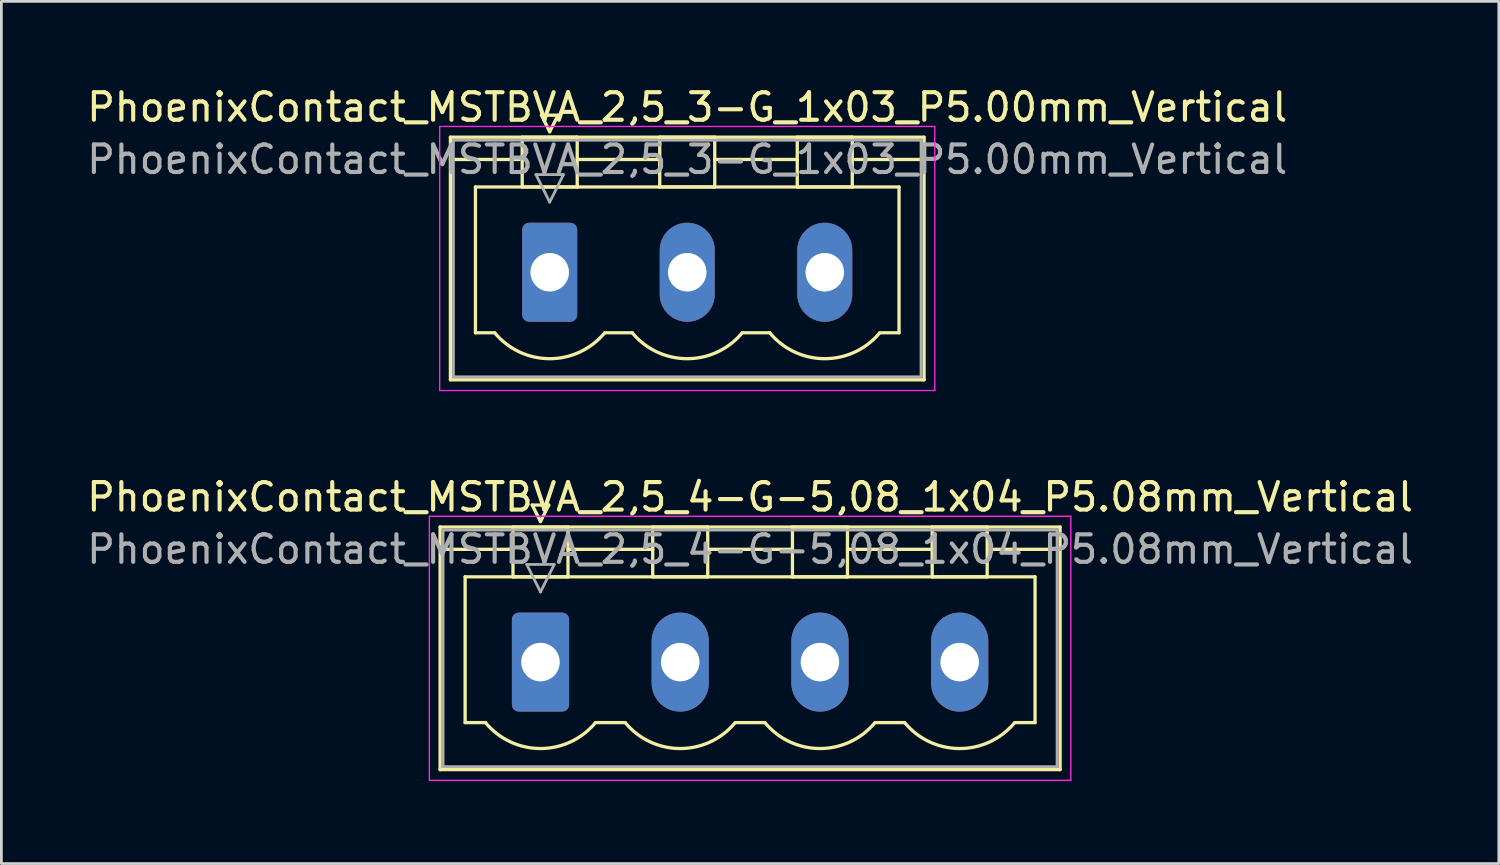
<source format=kicad_pcb>
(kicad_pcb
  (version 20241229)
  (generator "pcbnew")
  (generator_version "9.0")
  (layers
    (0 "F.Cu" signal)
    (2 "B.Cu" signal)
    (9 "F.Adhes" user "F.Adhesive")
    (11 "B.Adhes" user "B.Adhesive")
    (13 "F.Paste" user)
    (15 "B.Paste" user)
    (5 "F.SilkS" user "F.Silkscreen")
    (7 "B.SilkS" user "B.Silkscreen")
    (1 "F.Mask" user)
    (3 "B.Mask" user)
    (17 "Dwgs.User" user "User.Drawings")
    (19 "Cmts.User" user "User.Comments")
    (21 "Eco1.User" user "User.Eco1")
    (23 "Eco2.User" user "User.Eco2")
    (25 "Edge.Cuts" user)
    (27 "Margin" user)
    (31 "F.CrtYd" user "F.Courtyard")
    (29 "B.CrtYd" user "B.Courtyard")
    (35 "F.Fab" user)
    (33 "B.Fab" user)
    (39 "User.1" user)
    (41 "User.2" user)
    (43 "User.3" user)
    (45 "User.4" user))
  (footprint "PhoenixContact_MSTBVA_2,5_3-G_1x03_P5.00mm_Vertical"
    (layer "F.Cu")
    (at 16.935 6.848)
    (property "Reference" "PhoenixContact_MSTBVA_2,5_3-G_1x03_P5.00mm_Vertical" (at 5 -6 0) (layer "F.SilkS") (effects (font (size 1 1) (thickness 0.15))))
    (attr through_hole)
    (fp_line (start -3.61 -4.91) (end -3.61 3.91) (stroke (width 0.12) (type solid)) (layer "F.SilkS"))
    (fp_line (start -3.61 -4.1) (end -1.11 -4.1) (stroke (width 0.12) (type solid)) (layer "F.SilkS"))
    (fp_line (start -3.61 3.91) (end 13.61 3.91) (stroke (width 0.12) (type solid)) (layer "F.SilkS"))
    (fp_line (start -2.7 -3.1) (end 12.7 -3.1) (stroke (width 0.12) (type solid)) (layer "F.SilkS"))
    (fp_line (start -2.7 2.2) (end -2.7 -3.1) (stroke (width 0.12) (type solid)) (layer "F.SilkS"))
    (fp_line (start -2 2.2) (end -2.7 2.2) (stroke (width 0.12) (type solid)) (layer "F.SilkS"))
    (fp_line (start -1 -4.91) (end 1 -4.91) (stroke (width 0.12) (type solid)) (layer "F.SilkS"))
    (fp_line (start -1 -3.1) (end -1 -4.91) (stroke (width 0.12) (type solid)) (layer "F.SilkS"))
    (fp_line (start -0.3 -5.71) (end 0.3 -5.71) (stroke (width 0.12) (type solid)) (layer "F.SilkS"))
    (fp_line (start 0 -5.11) (end -0.3 -5.71) (stroke (width 0.12) (type solid)) (layer "F.SilkS"))
    (fp_line (start 0.3 -5.71) (end 0 -5.11) (stroke (width 0.12) (type solid)) (layer "F.SilkS"))
    (fp_line (start 1 -4.91) (end 1 -3.1) (stroke (width 0.12) (type solid)) (layer "F.SilkS"))
    (fp_line (start 1 -4.1) (end 4 -4.1) (stroke (width 0.12) (type solid)) (layer "F.SilkS"))
    (fp_line (start 1 -3.1) (end -1 -3.1) (stroke (width 0.12) (type solid)) (layer "F.SilkS"))
    (fp_line (start 2 2.2) (end 3 2.2) (stroke (width 0.12) (type solid)) (layer "F.SilkS"))
    (fp_line (start 4 -4.91) (end 6 -4.91) (stroke (width 0.12) (type solid)) (layer "F.SilkS"))
    (fp_line (start 4 -3.1) (end 4 -4.91) (stroke (width 0.12) (type solid)) (layer "F.SilkS"))
    (fp_line (start 6 -4.91) (end 6 -3.1) (stroke (width 0.12) (type solid)) (layer "F.SilkS"))
    (fp_line (start 6 -4.1) (end 9 -4.1) (stroke (width 0.12) (type solid)) (layer "F.SilkS"))
    (fp_line (start 6 -3.1) (end 4 -3.1) (stroke (width 0.12) (type solid)) (layer "F.SilkS"))
    (fp_line (start 7 2.2) (end 8 2.2) (stroke (width 0.12) (type solid)) (layer "F.SilkS"))
    (fp_line (start 9 -4.91) (end 11 -4.91) (stroke (width 0.12) (type solid)) (layer "F.SilkS"))
    (fp_line (start 9 -3.1) (end 9 -4.91) (stroke (width 0.12) (type solid)) (layer "F.SilkS"))
    (fp_line (start 11 -4.91) (end 11 -3.1) (stroke (width 0.12) (type solid)) (layer "F.SilkS"))
    (fp_line (start 11 -3.1) (end 9 -3.1) (stroke (width 0.12) (type solid)) (layer "F.SilkS"))
    (fp_line (start 12.7 -3.1) (end 12.7 2.2) (stroke (width 0.12) (type solid)) (layer "F.SilkS"))
    (fp_line (start 12.7 2.2) (end 12 2.2) (stroke (width 0.12) (type solid)) (layer "F.SilkS"))
    (fp_line (start 13.61 -4.91) (end -3.61 -4.91) (stroke (width 0.12) (type solid)) (layer "F.SilkS"))
    (fp_line (start 13.61 -4.1) (end 11.11 -4.1) (stroke (width 0.12) (type solid)) (layer "F.SilkS"))
    (fp_line (start 13.61 3.91) (end 13.61 -4.91) (stroke (width 0.12) (type solid)) (layer "F.SilkS"))
    (fp_arc (start 1.986842 2.215821) (mid -0.010289 3.142758) (end -2 2.2) (stroke (width 0.12) (type solid)) (layer "F.SilkS"))
    (fp_arc (start 6.986842 2.215821) (mid 4.989711 3.142758) (end 3 2.2) (stroke (width 0.12) (type solid)) (layer "F.SilkS"))
    (fp_arc (start 11.986842 2.215821) (mid 9.989711 3.142758) (end 8 2.2) (stroke (width 0.12) (type solid)) (layer "F.SilkS"))
    (fp_line (start -4 -5.3) (end -4 4.3) (stroke (width 0.05) (type solid)) (layer "F.CrtYd"))
    (fp_line (start -4 4.3) (end 14 4.3) (stroke (width 0.05) (type solid)) (layer "F.CrtYd"))
    (fp_line (start 14 -5.3) (end -4 -5.3) (stroke (width 0.05) (type solid)) (layer "F.CrtYd"))
    (fp_line (start 14 4.3) (end 14 -5.3) (stroke (width 0.05) (type solid)) (layer "F.CrtYd"))
    (fp_line (start -3.5 -4.8) (end -3.5 3.8) (stroke (width 0.1) (type solid)) (layer "F.Fab"))
    (fp_line (start -3.5 3.8) (end 13.5 3.8) (stroke (width 0.1) (type solid)) (layer "F.Fab"))
    (fp_line (start -0.5 -3.55) (end 0.5 -3.55) (stroke (width 0.1) (type solid)) (layer "F.Fab"))
    (fp_line (start 0 -2.55) (end -0.5 -3.55) (stroke (width 0.1) (type solid)) (layer "F.Fab"))
    (fp_line (start 0.5 -3.55) (end 0 -2.55) (stroke (width 0.1) (type solid)) (layer "F.Fab"))
    (fp_line (start 13.5 -4.8) (end -3.5 -4.8) (stroke (width 0.1) (type solid)) (layer "F.Fab"))
    (fp_line (start 13.5 3.8) (end 13.5 -4.8) (stroke (width 0.1) (type solid)) (layer "F.Fab"))
    (fp_text user "${REFERENCE}" (at 5 -4.1 0) (layer "F.Fab") (effects (font (size 1 1) (thickness 0.15))))
    (pad "1" thru_hole roundrect (at 0 0) (size 2 3.6) (drill 1.4) (layers "*.Cu" "*.Mask") (roundrect_rratio 0.125))
    (pad "2" thru_hole oval (at 5 0) (size 2 3.6) (drill 1.4) (layers "*.Cu" "*.Mask"))
    (pad "3" thru_hole oval (at 10 0) (size 2 3.6) (drill 1.4) (layers "*.Cu" "*.Mask")))
  (footprint "PhoenixContact_MSTBVA_2,5_4-G-5,08_1x04_P5.08mm_Vertical"
    (layer "F.Cu")
    (at 16.6 21.021)
    (property "Reference" "PhoenixContact_MSTBVA_2,5_4-G-5,08_1x04_P5.08mm_Vertical" (at 7.62 -6 0) (layer "F.SilkS") (effects (font (size 1 1) (thickness 0.15))))
    (attr through_hole)
    (fp_line (start -3.65 -4.91) (end -3.65 3.91) (stroke (width 0.12) (type solid)) (layer "F.SilkS"))
    (fp_line (start -3.65 -4.1) (end -1.11 -4.1) (stroke (width 0.12) (type solid)) (layer "F.SilkS"))
    (fp_line (start -3.65 3.91) (end 18.89 3.91) (stroke (width 0.12) (type solid)) (layer "F.SilkS"))
    (fp_line (start -2.74 -3.1) (end 17.98 -3.1) (stroke (width 0.12) (type solid)) (layer "F.SilkS"))
    (fp_line (start -2.74 2.2) (end -2.74 -3.1) (stroke (width 0.12) (type solid)) (layer "F.SilkS"))
    (fp_line (start -2 2.2) (end -2.74 2.2) (stroke (width 0.12) (type solid)) (layer "F.SilkS"))
    (fp_line (start -1 -4.91) (end 1 -4.91) (stroke (width 0.12) (type solid)) (layer "F.SilkS"))
    (fp_line (start -1 -3.1) (end -1 -4.91) (stroke (width 0.12) (type solid)) (layer "F.SilkS"))
    (fp_line (start -0.3 -5.71) (end 0.3 -5.71) (stroke (width 0.12) (type solid)) (layer "F.SilkS"))
    (fp_line (start 0 -5.11) (end -0.3 -5.71) (stroke (width 0.12) (type solid)) (layer "F.SilkS"))
    (fp_line (start 0.3 -5.71) (end 0 -5.11) (stroke (width 0.12) (type solid)) (layer "F.SilkS"))
    (fp_line (start 1 -4.91) (end 1 -3.1) (stroke (width 0.12) (type solid)) (layer "F.SilkS"))
    (fp_line (start 1 -4.1) (end 4.08 -4.1) (stroke (width 0.12) (type solid)) (layer "F.SilkS"))
    (fp_line (start 1 -3.1) (end -1 -3.1) (stroke (width 0.12) (type solid)) (layer "F.SilkS"))
    (fp_line (start 2 2.2) (end 3.08 2.2) (stroke (width 0.12) (type solid)) (layer "F.SilkS"))
    (fp_line (start 4.08 -4.91) (end 6.08 -4.91) (stroke (width 0.12) (type solid)) (layer "F.SilkS"))
    (fp_line (start 4.08 -3.1) (end 4.08 -4.91) (stroke (width 0.12) (type solid)) (layer "F.SilkS"))
    (fp_line (start 6.08 -4.91) (end 6.08 -3.1) (stroke (width 0.12) (type solid)) (layer "F.SilkS"))
    (fp_line (start 6.08 -4.1) (end 9.16 -4.1) (stroke (width 0.12) (type solid)) (layer "F.SilkS"))
    (fp_line (start 6.08 -3.1) (end 4.08 -3.1) (stroke (width 0.12) (type solid)) (layer "F.SilkS"))
    (fp_line (start 7.08 2.2) (end 8.16 2.2) (stroke (width 0.12) (type solid)) (layer "F.SilkS"))
    (fp_line (start 9.16 -4.91) (end 11.16 -4.91) (stroke (width 0.12) (type solid)) (layer "F.SilkS"))
    (fp_line (start 9.16 -3.1) (end 9.16 -4.91) (stroke (width 0.12) (type solid)) (layer "F.SilkS"))
    (fp_line (start 11.16 -4.91) (end 11.16 -3.1) (stroke (width 0.12) (type solid)) (layer "F.SilkS"))
    (fp_line (start 11.16 -4.1) (end 14.24 -4.1) (stroke (width 0.12) (type solid)) (layer "F.SilkS"))
    (fp_line (start 11.16 -3.1) (end 9.16 -3.1) (stroke (width 0.12) (type solid)) (layer "F.SilkS"))
    (fp_line (start 12.16 2.2) (end 13.24 2.2) (stroke (width 0.12) (type solid)) (layer "F.SilkS"))
    (fp_line (start 14.24 -4.91) (end 16.24 -4.91) (stroke (width 0.12) (type solid)) (layer "F.SilkS"))
    (fp_line (start 14.24 -3.1) (end 14.24 -4.91) (stroke (width 0.12) (type solid)) (layer "F.SilkS"))
    (fp_line (start 16.24 -4.91) (end 16.24 -3.1) (stroke (width 0.12) (type solid)) (layer "F.SilkS"))
    (fp_line (start 16.24 -3.1) (end 14.24 -3.1) (stroke (width 0.12) (type solid)) (layer "F.SilkS"))
    (fp_line (start 17.98 -3.1) (end 17.98 2.2) (stroke (width 0.12) (type solid)) (layer "F.SilkS"))
    (fp_line (start 17.98 2.2) (end 17.24 2.2) (stroke (width 0.12) (type solid)) (layer "F.SilkS"))
    (fp_line (start 18.89 -4.91) (end -3.65 -4.91) (stroke (width 0.12) (type solid)) (layer "F.SilkS"))
    (fp_line (start 18.89 -4.1) (end 16.35 -4.1) (stroke (width 0.12) (type solid)) (layer "F.SilkS"))
    (fp_line (start 18.89 3.91) (end 18.89 -4.91) (stroke (width 0.12) (type solid)) (layer "F.SilkS"))
    (fp_arc (start 1.986842 2.215821) (mid -0.010289 3.142758) (end -2 2.2) (stroke (width 0.12) (type solid)) (layer "F.SilkS"))
    (fp_arc (start 7.066842 2.215821) (mid 5.069711 3.142758) (end 3.08 2.2) (stroke (width 0.12) (type solid)) (layer "F.SilkS"))
    (fp_arc (start 12.146842 2.215821) (mid 10.149711 3.142758) (end 8.16 2.2) (stroke (width 0.12) (type solid)) (layer "F.SilkS"))
    (fp_arc (start 17.226842 2.215821) (mid 15.229711 3.142758) (end 13.24 2.2) (stroke (width 0.12) (type solid)) (layer "F.SilkS"))
    (fp_line (start -4.04 -5.3) (end -4.04 4.3) (stroke (width 0.05) (type solid)) (layer "F.CrtYd"))
    (fp_line (start -4.04 4.3) (end 19.28 4.3) (stroke (width 0.05) (type solid)) (layer "F.CrtYd"))
    (fp_line (start 19.28 -5.3) (end -4.04 -5.3) (stroke (width 0.05) (type solid)) (layer "F.CrtYd"))
    (fp_line (start 19.28 4.3) (end 19.28 -5.3) (stroke (width 0.05) (type solid)) (layer "F.CrtYd"))
    (fp_line (start -3.54 -4.8) (end -3.54 3.8) (stroke (width 0.1) (type solid)) (layer "F.Fab"))
    (fp_line (start -3.54 3.8) (end 18.78 3.8) (stroke (width 0.1) (type solid)) (layer "F.Fab"))
    (fp_line (start -0.5 -3.55) (end 0.5 -3.55) (stroke (width 0.1) (type solid)) (layer "F.Fab"))
    (fp_line (start 0 -2.55) (end -0.5 -3.55) (stroke (width 0.1) (type solid)) (layer "F.Fab"))
    (fp_line (start 0.5 -3.55) (end 0 -2.55) (stroke (width 0.1) (type solid)) (layer "F.Fab"))
    (fp_line (start 18.78 -4.8) (end -3.54 -4.8) (stroke (width 0.1) (type solid)) (layer "F.Fab"))
    (fp_line (start 18.78 3.8) (end 18.78 -4.8) (stroke (width 0.1) (type solid)) (layer "F.Fab"))
    (fp_text user "${REFERENCE}" (at 7.62 -4.1 0) (layer "F.Fab") (effects (font (size 1 1) (thickness 0.15))))
    (pad "1" thru_hole roundrect (at 0 0) (size 2.08 3.6) (drill 1.4) (layers "*.Cu" "*.Mask") (roundrect_rratio 0.12))
    (pad "2" thru_hole oval (at 5.08 0) (size 2.08 3.6) (drill 1.4) (layers "*.Cu" "*.Mask"))
    (pad "3" thru_hole oval (at 10.16 0) (size 2.08 3.6) (drill 1.4) (layers "*.Cu" "*.Mask"))
    (pad "4" thru_hole oval (at 15.24 0) (size 2.08 3.6) (drill 1.4) (layers "*.Cu" "*.Mask")))
  (gr_rect
    (start -3 -3)
    (end 51.44 28.346)
    (stroke (width 0.1) (type default))
    (fill no)
    (layer "Edge.Cuts")))
</source>
